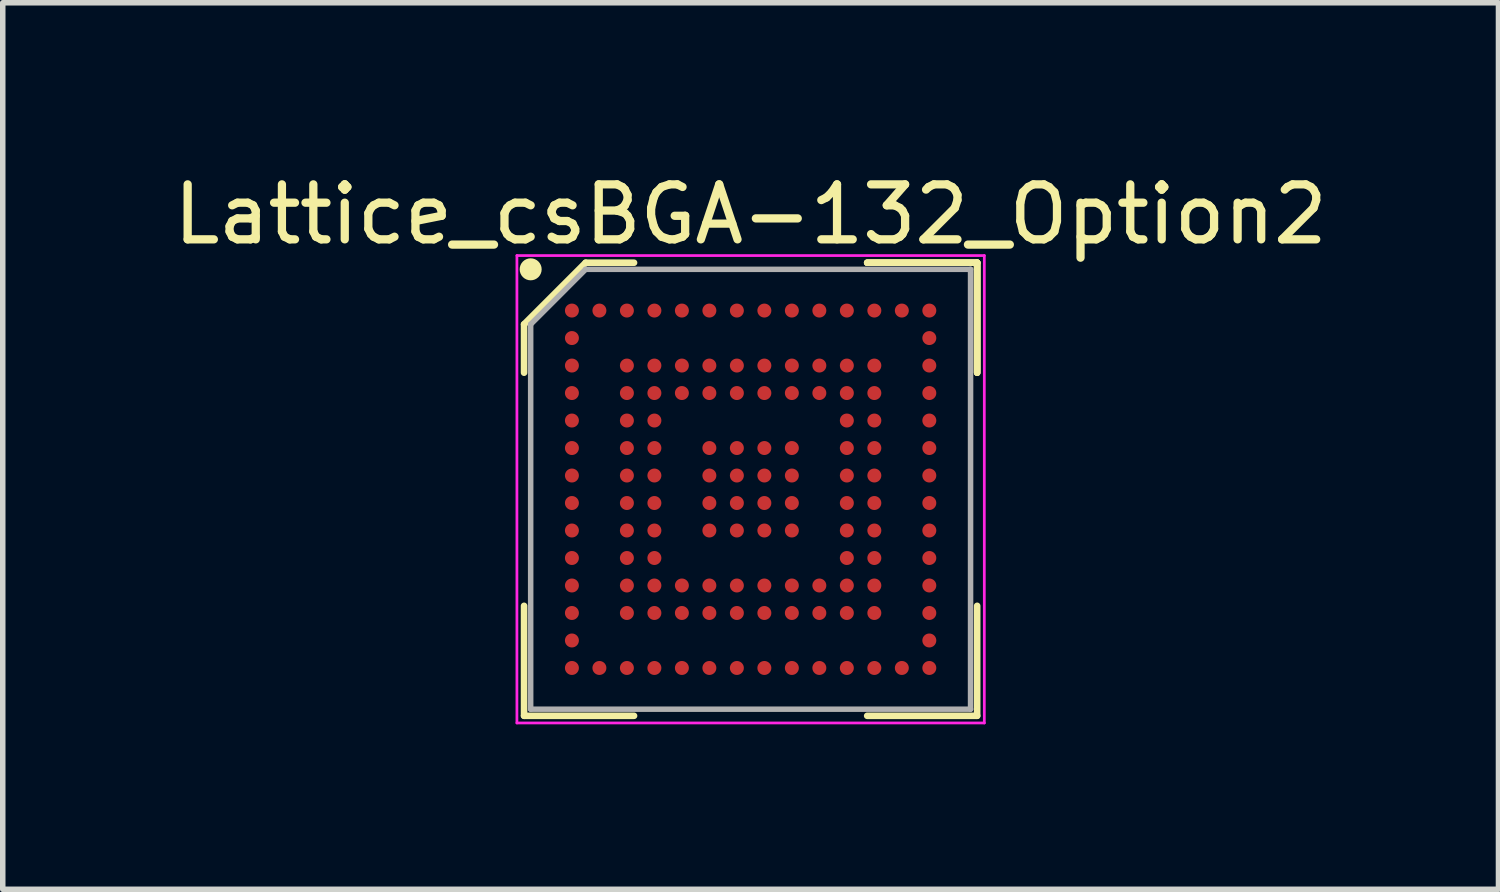
<source format=kicad_pcb>
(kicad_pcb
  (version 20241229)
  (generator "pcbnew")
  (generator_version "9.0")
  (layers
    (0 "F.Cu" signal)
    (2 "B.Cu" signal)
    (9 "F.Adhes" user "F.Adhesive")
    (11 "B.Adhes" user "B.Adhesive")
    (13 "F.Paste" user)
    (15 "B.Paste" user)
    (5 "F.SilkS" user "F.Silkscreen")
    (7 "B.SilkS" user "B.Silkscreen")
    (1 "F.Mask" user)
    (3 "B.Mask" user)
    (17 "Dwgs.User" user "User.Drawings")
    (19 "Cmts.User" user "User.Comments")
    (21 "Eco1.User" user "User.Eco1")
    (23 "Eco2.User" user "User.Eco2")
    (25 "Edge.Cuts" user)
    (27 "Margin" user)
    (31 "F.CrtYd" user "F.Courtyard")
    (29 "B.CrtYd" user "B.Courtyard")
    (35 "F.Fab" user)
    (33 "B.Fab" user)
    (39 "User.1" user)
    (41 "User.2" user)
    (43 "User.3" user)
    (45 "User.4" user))
  (footprint "Lattice_csBGA-132_Option2"
    (layer "F.Cu")
    (at 10.601 5.848)
    (property "Reference" "Lattice_csBGA-132_Option2" (at 0 -5 0) (layer "F.SilkS") (effects (font (size 1 1) (thickness 0.15))))
    (attr smd)
    (fp_line (start -4.12 -3) (end -4.12 -2.12) (stroke (width 0.12) (type solid)) (layer "F.SilkS"))
    (fp_line (start -4.12 4.12) (end -4.12 2.12) (stroke (width 0.12) (type solid)) (layer "F.SilkS"))
    (fp_line (start -3 -4.12) (end -4.12 -3) (stroke (width 0.12) (type solid)) (layer "F.SilkS"))
    (fp_line (start -2.12 -4.12) (end -3 -4.12) (stroke (width 0.12) (type solid)) (layer "F.SilkS"))
    (fp_line (start -2.12 4.12) (end -4.12 4.12) (stroke (width 0.12) (type solid)) (layer "F.SilkS"))
    (fp_line (start 2.12 -4.12) (end 4.12 -4.12) (stroke (width 0.12) (type solid)) (layer "F.SilkS"))
    (fp_line (start 2.12 -4.12) (end 4.12 -4.12) (stroke (width 0.12) (type solid)) (layer "F.SilkS"))
    (fp_line (start 2.12 -4.12) (end 4.12 -4.12) (stroke (width 0.12) (type solid)) (layer "F.SilkS"))
    (fp_line (start 2.12 4.12) (end 4.12 4.12) (stroke (width 0.12) (type solid)) (layer "F.SilkS"))
    (fp_line (start 4.12 -4.12) (end 4.12 -2.12) (stroke (width 0.12) (type solid)) (layer "F.SilkS"))
    (fp_line (start 4.12 -4.12) (end 4.12 -2.12) (stroke (width 0.12) (type solid)) (layer "F.SilkS"))
    (fp_line (start 4.12 -4.12) (end 4.12 -2.12) (stroke (width 0.12) (type solid)) (layer "F.SilkS"))
    (fp_line (start 4.12 4.12) (end 4.12 2.12) (stroke (width 0.12) (type solid)) (layer "F.SilkS"))
    (fp_circle (center -4 -4) (end -4 -3.9) (stroke (width 0.2) (type solid)) (fill no) (layer "F.SilkS"))
    (fp_line (start -4.25 -4.25) (end 4.25 -4.25) (stroke (width 0.05) (type solid)) (layer "F.CrtYd"))
    (fp_line (start -4.25 4.25) (end -4.25 -4.25) (stroke (width 0.05) (type solid)) (layer "F.CrtYd"))
    (fp_line (start 4.25 -4.25) (end 4.25 4.25) (stroke (width 0.05) (type solid)) (layer "F.CrtYd"))
    (fp_line (start 4.25 4.25) (end -4.25 4.25) (stroke (width 0.05) (type solid)) (layer "F.CrtYd"))
    (fp_line (start -4 -3) (end -4 4) (stroke (width 0.1) (type solid)) (layer "F.Fab"))
    (fp_line (start -4 4) (end 4 4) (stroke (width 0.1) (type solid)) (layer "F.Fab"))
    (fp_line (start -3 -4) (end -4 -3) (stroke (width 0.1) (type solid)) (layer "F.Fab"))
    (fp_line (start 4 -4) (end -3 -4) (stroke (width 0.1) (type solid)) (layer "F.Fab"))
    (fp_line (start 4 4) (end 4 -4) (stroke (width 0.1) (type solid)) (layer "F.Fab"))
    (pad "A1" smd circle (at -3.25 -3.25) (size 0.254 0.254) (layers "F.Cu" "F.Mask" "F.Paste"))
    (pad "A2" smd circle (at -2.75 -3.25) (size 0.254 0.254) (layers "F.Cu" "F.Mask" "F.Paste"))
    (pad "A3" smd circle (at -2.25 -3.25) (size 0.254 0.254) (layers "F.Cu" "F.Mask" "F.Paste"))
    (pad "A4" smd circle (at -1.75 -3.25) (size 0.254 0.254) (layers "F.Cu" "F.Mask" "F.Paste"))
    (pad "A5" smd circle (at -1.25 -3.25) (size 0.254 0.254) (layers "F.Cu" "F.Mask" "F.Paste"))
    (pad "A6" smd circle (at -0.75 -3.25) (size 0.254 0.254) (layers "F.Cu" "F.Mask" "F.Paste"))
    (pad "A7" smd circle (at -0.25 -3.25) (size 0.254 0.254) (layers "F.Cu" "F.Mask" "F.Paste"))
    (pad "A8" smd circle (at 0.25 -3.25) (size 0.254 0.254) (layers "F.Cu" "F.Mask" "F.Paste"))
    (pad "A9" smd circle (at 0.75 -3.25) (size 0.254 0.254) (layers "F.Cu" "F.Mask" "F.Paste"))
    (pad "A10" smd circle (at 1.25 -3.25) (size 0.254 0.254) (layers "F.Cu" "F.Mask" "F.Paste"))
    (pad "A11" smd circle (at 1.75 -3.25) (size 0.254 0.254) (layers "F.Cu" "F.Mask" "F.Paste"))
    (pad "A12" smd circle (at 2.25 -3.25) (size 0.254 0.254) (layers "F.Cu" "F.Mask" "F.Paste"))
    (pad "A13" smd circle (at 2.75 -3.25) (size 0.254 0.254) (layers "F.Cu" "F.Mask" "F.Paste"))
    (pad "A14" smd circle (at 3.25 -3.25) (size 0.254 0.254) (layers "F.Cu" "F.Mask" "F.Paste"))
    (pad "B1" smd circle (at -3.25 -2.75) (size 0.254 0.254) (layers "F.Cu" "F.Mask" "F.Paste"))
    (pad "B14" smd circle (at 3.25 -2.75) (size 0.254 0.254) (layers "F.Cu" "F.Mask" "F.Paste"))
    (pad "C1" smd circle (at -3.25 -2.25) (size 0.254 0.254) (layers "F.Cu" "F.Mask" "F.Paste"))
    (pad "C3" smd circle (at -2.25 -2.25) (size 0.254 0.254) (layers "F.Cu" "F.Mask" "F.Paste"))
    (pad "C4" smd circle (at -1.75 -2.25) (size 0.254 0.254) (layers "F.Cu" "F.Mask" "F.Paste"))
    (pad "C5" smd circle (at -1.25 -2.25) (size 0.254 0.254) (layers "F.Cu" "F.Mask" "F.Paste"))
    (pad "C6" smd circle (at -0.75 -2.25) (size 0.254 0.254) (layers "F.Cu" "F.Mask" "F.Paste"))
    (pad "C7" smd circle (at -0.25 -2.25) (size 0.254 0.254) (layers "F.Cu" "F.Mask" "F.Paste"))
    (pad "C8" smd circle (at 0.25 -2.25) (size 0.254 0.254) (layers "F.Cu" "F.Mask" "F.Paste"))
    (pad "C9" smd circle (at 0.75 -2.25) (size 0.254 0.254) (layers "F.Cu" "F.Mask" "F.Paste"))
    (pad "C10" smd circle (at 1.25 -2.25) (size 0.254 0.254) (layers "F.Cu" "F.Mask" "F.Paste"))
    (pad "C11" smd circle (at 1.75 -2.25) (size 0.254 0.254) (layers "F.Cu" "F.Mask" "F.Paste"))
    (pad "C12" smd circle (at 2.25 -2.25) (size 0.254 0.254) (layers "F.Cu" "F.Mask" "F.Paste"))
    (pad "C14" smd circle (at 3.25 -2.25) (size 0.254 0.254) (layers "F.Cu" "F.Mask" "F.Paste"))
    (pad "D1" smd circle (at -3.25 -1.75) (size 0.254 0.254) (layers "F.Cu" "F.Mask" "F.Paste"))
    (pad "D3" smd circle (at -2.25 -1.75) (size 0.254 0.254) (layers "F.Cu" "F.Mask" "F.Paste"))
    (pad "D4" smd circle (at -1.75 -1.75) (size 0.254 0.254) (layers "F.Cu" "F.Mask" "F.Paste"))
    (pad "D5" smd circle (at -1.25 -1.75) (size 0.254 0.254) (layers "F.Cu" "F.Mask" "F.Paste"))
    (pad "D6" smd circle (at -0.75 -1.75) (size 0.254 0.254) (layers "F.Cu" "F.Mask" "F.Paste"))
    (pad "D7" smd circle (at -0.25 -1.75) (size 0.254 0.254) (layers "F.Cu" "F.Mask" "F.Paste"))
    (pad "D8" smd circle (at 0.25 -1.75) (size 0.254 0.254) (layers "F.Cu" "F.Mask" "F.Paste"))
    (pad "D9" smd circle (at 0.75 -1.75) (size 0.254 0.254) (layers "F.Cu" "F.Mask" "F.Paste"))
    (pad "D10" smd circle (at 1.25 -1.75) (size 0.254 0.254) (layers "F.Cu" "F.Mask" "F.Paste"))
    (pad "D11" smd circle (at 1.75 -1.75) (size 0.254 0.254) (layers "F.Cu" "F.Mask" "F.Paste"))
    (pad "D12" smd circle (at 2.25 -1.75) (size 0.254 0.254) (layers "F.Cu" "F.Mask" "F.Paste"))
    (pad "D14" smd circle (at 3.25 -1.75) (size 0.254 0.254) (layers "F.Cu" "F.Mask" "F.Paste"))
    (pad "E1" smd circle (at -3.25 -1.25) (size 0.254 0.254) (layers "F.Cu" "F.Mask" "F.Paste"))
    (pad "E3" smd circle (at -2.25 -1.25) (size 0.254 0.254) (layers "F.Cu" "F.Mask" "F.Paste"))
    (pad "E4" smd circle (at -1.75 -1.25) (size 0.254 0.254) (layers "F.Cu" "F.Mask" "F.Paste"))
    (pad "E11" smd circle (at 1.75 -1.25) (size 0.254 0.254) (layers "F.Cu" "F.Mask" "F.Paste"))
    (pad "E12" smd circle (at 2.25 -1.25) (size 0.254 0.254) (layers "F.Cu" "F.Mask" "F.Paste"))
    (pad "E14" smd circle (at 3.25 -1.25) (size 0.254 0.254) (layers "F.Cu" "F.Mask" "F.Paste"))
    (pad "F1" smd circle (at -3.25 -0.75) (size 0.254 0.254) (layers "F.Cu" "F.Mask" "F.Paste"))
    (pad "F3" smd circle (at -2.25 -0.75) (size 0.254 0.254) (layers "F.Cu" "F.Mask" "F.Paste"))
    (pad "F4" smd circle (at -1.75 -0.75) (size 0.254 0.254) (layers "F.Cu" "F.Mask" "F.Paste"))
    (pad "F6" smd circle (at -0.75 -0.75) (size 0.254 0.254) (layers "F.Cu" "F.Mask" "F.Paste"))
    (pad "F7" smd circle (at -0.25 -0.75) (size 0.254 0.254) (layers "F.Cu" "F.Mask" "F.Paste"))
    (pad "F8" smd circle (at 0.25 -0.75) (size 0.254 0.254) (layers "F.Cu" "F.Mask" "F.Paste"))
    (pad "F9" smd circle (at 0.75 -0.75) (size 0.254 0.254) (layers "F.Cu" "F.Mask" "F.Paste"))
    (pad "F11" smd circle (at 1.75 -0.75) (size 0.254 0.254) (layers "F.Cu" "F.Mask" "F.Paste"))
    (pad "F12" smd circle (at 2.25 -0.75) (size 0.254 0.254) (layers "F.Cu" "F.Mask" "F.Paste"))
    (pad "F14" smd circle (at 3.25 -0.75) (size 0.254 0.254) (layers "F.Cu" "F.Mask" "F.Paste"))
    (pad "G1" smd circle (at -3.25 -0.25) (size 0.254 0.254) (layers "F.Cu" "F.Mask" "F.Paste"))
    (pad "G3" smd circle (at -2.25 -0.25) (size 0.254 0.254) (layers "F.Cu" "F.Mask" "F.Paste"))
    (pad "G4" smd circle (at -1.75 -0.25) (size 0.254 0.254) (layers "F.Cu" "F.Mask" "F.Paste"))
    (pad "G6" smd circle (at -0.75 -0.25) (size 0.254 0.254) (layers "F.Cu" "F.Mask" "F.Paste"))
    (pad "G7" smd circle (at -0.25 -0.25) (size 0.254 0.254) (layers "F.Cu" "F.Mask" "F.Paste"))
    (pad "G8" smd circle (at 0.25 -0.25) (size 0.254 0.254) (layers "F.Cu" "F.Mask" "F.Paste"))
    (pad "G9" smd circle (at 0.75 -0.25) (size 0.254 0.254) (layers "F.Cu" "F.Mask" "F.Paste"))
    (pad "G11" smd circle (at 1.75 -0.25) (size 0.254 0.254) (layers "F.Cu" "F.Mask" "F.Paste"))
    (pad "G12" smd circle (at 2.25 -0.25) (size 0.254 0.254) (layers "F.Cu" "F.Mask" "F.Paste"))
    (pad "G14" smd circle (at 3.25 -0.25) (size 0.254 0.254) (layers "F.Cu" "F.Mask" "F.Paste"))
    (pad "H1" smd circle (at -3.25 0.25) (size 0.254 0.254) (layers "F.Cu" "F.Mask" "F.Paste"))
    (pad "H3" smd circle (at -2.25 0.25) (size 0.254 0.254) (layers "F.Cu" "F.Mask" "F.Paste"))
    (pad "H4" smd circle (at -1.75 0.25) (size 0.254 0.254) (layers "F.Cu" "F.Mask" "F.Paste"))
    (pad "H6" smd circle (at -0.75 0.25) (size 0.254 0.254) (layers "F.Cu" "F.Mask" "F.Paste"))
    (pad "H7" smd circle (at -0.25 0.25) (size 0.254 0.254) (layers "F.Cu" "F.Mask" "F.Paste"))
    (pad "H8" smd circle (at 0.25 0.25) (size 0.254 0.254) (layers "F.Cu" "F.Mask" "F.Paste"))
    (pad "H9" smd circle (at 0.75 0.25) (size 0.254 0.254) (layers "F.Cu" "F.Mask" "F.Paste"))
    (pad "H11" smd circle (at 1.75 0.25) (size 0.254 0.254) (layers "F.Cu" "F.Mask" "F.Paste"))
    (pad "H12" smd circle (at 2.25 0.25) (size 0.254 0.254) (layers "F.Cu" "F.Mask" "F.Paste"))
    (pad "H14" smd circle (at 3.25 0.25) (size 0.254 0.254) (layers "F.Cu" "F.Mask" "F.Paste"))
    (pad "J1" smd circle (at -3.25 0.75) (size 0.254 0.254) (layers "F.Cu" "F.Mask" "F.Paste"))
    (pad "J3" smd circle (at -2.25 0.75) (size 0.254 0.254) (layers "F.Cu" "F.Mask" "F.Paste"))
    (pad "J4" smd circle (at -1.75 0.75) (size 0.254 0.254) (layers "F.Cu" "F.Mask" "F.Paste"))
    (pad "J6" smd circle (at -0.75 0.75) (size 0.254 0.254) (layers "F.Cu" "F.Mask" "F.Paste"))
    (pad "J7" smd circle (at -0.25 0.75) (size 0.254 0.254) (layers "F.Cu" "F.Mask" "F.Paste"))
    (pad "J8" smd circle (at 0.25 0.75) (size 0.254 0.254) (layers "F.Cu" "F.Mask" "F.Paste"))
    (pad "J9" smd circle (at 0.75 0.75) (size 0.254 0.254) (layers "F.Cu" "F.Mask" "F.Paste"))
    (pad "J11" smd circle (at 1.75 0.75) (size 0.254 0.254) (layers "F.Cu" "F.Mask" "F.Paste"))
    (pad "J12" smd circle (at 2.25 0.75) (size 0.254 0.254) (layers "F.Cu" "F.Mask" "F.Paste"))
    (pad "J14" smd circle (at 3.25 0.75) (size 0.254 0.254) (layers "F.Cu" "F.Mask" "F.Paste"))
    (pad "K1" smd circle (at -3.25 1.25) (size 0.254 0.254) (layers "F.Cu" "F.Mask" "F.Paste"))
    (pad "K3" smd circle (at -2.25 1.25) (size 0.254 0.254) (layers "F.Cu" "F.Mask" "F.Paste"))
    (pad "K4" smd circle (at -1.75 1.25) (size 0.254 0.254) (layers "F.Cu" "F.Mask" "F.Paste"))
    (pad "K11" smd circle (at 1.75 1.25) (size 0.254 0.254) (layers "F.Cu" "F.Mask" "F.Paste"))
    (pad "K12" smd circle (at 2.25 1.25) (size 0.254 0.254) (layers "F.Cu" "F.Mask" "F.Paste"))
    (pad "K14" smd circle (at 3.25 1.25) (size 0.254 0.254) (layers "F.Cu" "F.Mask" "F.Paste"))
    (pad "L1" smd circle (at -3.25 1.75) (size 0.254 0.254) (layers "F.Cu" "F.Mask" "F.Paste"))
    (pad "L3" smd circle (at -2.25 1.75) (size 0.254 0.254) (layers "F.Cu" "F.Mask" "F.Paste"))
    (pad "L4" smd circle (at -1.75 1.75) (size 0.254 0.254) (layers "F.Cu" "F.Mask" "F.Paste"))
    (pad "L5" smd circle (at -1.25 1.75) (size 0.254 0.254) (layers "F.Cu" "F.Mask" "F.Paste"))
    (pad "L6" smd circle (at -0.75 1.75) (size 0.254 0.254) (layers "F.Cu" "F.Mask" "F.Paste"))
    (pad "L7" smd circle (at -0.25 1.75) (size 0.254 0.254) (layers "F.Cu" "F.Mask" "F.Paste"))
    (pad "L8" smd circle (at 0.25 1.75) (size 0.254 0.254) (layers "F.Cu" "F.Mask" "F.Paste"))
    (pad "L9" smd circle (at 0.75 1.75) (size 0.254 0.254) (layers "F.Cu" "F.Mask" "F.Paste"))
    (pad "L10" smd circle (at 1.25 1.75) (size 0.254 0.254) (layers "F.Cu" "F.Mask" "F.Paste"))
    (pad "L11" smd circle (at 1.75 1.75) (size 0.254 0.254) (layers "F.Cu" "F.Mask" "F.Paste"))
    (pad "L12" smd circle (at 2.25 1.75) (size 0.254 0.254) (layers "F.Cu" "F.Mask" "F.Paste"))
    (pad "L14" smd circle (at 3.25 1.75) (size 0.254 0.254) (layers "F.Cu" "F.Mask" "F.Paste"))
    (pad "M1" smd circle (at -3.25 2.25) (size 0.254 0.254) (layers "F.Cu" "F.Mask" "F.Paste"))
    (pad "M3" smd circle (at -2.25 2.25) (size 0.254 0.254) (layers "F.Cu" "F.Mask" "F.Paste"))
    (pad "M4" smd circle (at -1.75 2.25) (size 0.254 0.254) (layers "F.Cu" "F.Mask" "F.Paste"))
    (pad "M5" smd circle (at -1.25 2.25) (size 0.254 0.254) (layers "F.Cu" "F.Mask" "F.Paste"))
    (pad "M6" smd circle (at -0.75 2.25) (size 0.254 0.254) (layers "F.Cu" "F.Mask" "F.Paste"))
    (pad "M7" smd circle (at -0.25 2.25) (size 0.254 0.254) (layers "F.Cu" "F.Mask" "F.Paste"))
    (pad "M8" smd circle (at 0.25 2.25) (size 0.254 0.254) (layers "F.Cu" "F.Mask" "F.Paste"))
    (pad "M9" smd circle (at 0.75 2.25) (size 0.254 0.254) (layers "F.Cu" "F.Mask" "F.Paste"))
    (pad "M10" smd circle (at 1.25 2.25) (size 0.254 0.254) (layers "F.Cu" "F.Mask" "F.Paste"))
    (pad "M11" smd circle (at 1.75 2.25) (size 0.254 0.254) (layers "F.Cu" "F.Mask" "F.Paste"))
    (pad "M12" smd circle (at 2.25 2.25) (size 0.254 0.254) (layers "F.Cu" "F.Mask" "F.Paste"))
    (pad "M14" smd circle (at 3.25 2.25) (size 0.254 0.254) (layers "F.Cu" "F.Mask" "F.Paste"))
    (pad "N1" smd circle (at -3.25 2.75) (size 0.254 0.254) (layers "F.Cu" "F.Mask" "F.Paste"))
    (pad "N14" smd circle (at 3.25 2.75) (size 0.254 0.254) (layers "F.Cu" "F.Mask" "F.Paste"))
    (pad "P1" smd circle (at -3.25 3.25) (size 0.254 0.254) (layers "F.Cu" "F.Mask" "F.Paste"))
    (pad "P2" smd circle (at -2.75 3.25) (size 0.254 0.254) (layers "F.Cu" "F.Mask" "F.Paste"))
    (pad "P3" smd circle (at -2.25 3.25) (size 0.254 0.254) (layers "F.Cu" "F.Mask" "F.Paste"))
    (pad "P4" smd circle (at -1.75 3.25) (size 0.254 0.254) (layers "F.Cu" "F.Mask" "F.Paste"))
    (pad "P5" smd circle (at -1.25 3.25) (size 0.254 0.254) (layers "F.Cu" "F.Mask" "F.Paste"))
    (pad "P6" smd circle (at -0.75 3.25) (size 0.254 0.254) (layers "F.Cu" "F.Mask" "F.Paste"))
    (pad "P7" smd circle (at -0.25 3.25) (size 0.254 0.254) (layers "F.Cu" "F.Mask" "F.Paste"))
    (pad "P8" smd circle (at 0.25 3.25) (size 0.254 0.254) (layers "F.Cu" "F.Mask" "F.Paste"))
    (pad "P9" smd circle (at 0.75 3.25) (size 0.254 0.254) (layers "F.Cu" "F.Mask" "F.Paste"))
    (pad "P10" smd circle (at 1.25 3.25) (size 0.254 0.254) (layers "F.Cu" "F.Mask" "F.Paste"))
    (pad "P11" smd circle (at 1.75 3.25) (size 0.254 0.254) (layers "F.Cu" "F.Mask" "F.Paste"))
    (pad "P12" smd circle (at 2.25 3.25) (size 0.254 0.254) (layers "F.Cu" "F.Mask" "F.Paste"))
    (pad "P13" smd circle (at 2.75 3.25) (size 0.254 0.254) (layers "F.Cu" "F.Mask" "F.Paste"))
    (pad "P14" smd circle (at 3.25 3.25) (size 0.254 0.254) (layers "F.Cu" "F.Mask" "F.Paste")))
  (gr_rect
    (start -3 -3)
    (end 24.202 13.123)
    (stroke (width 0.1) (type default))
    (fill no)
    (layer "Edge.Cuts")))
</source>
